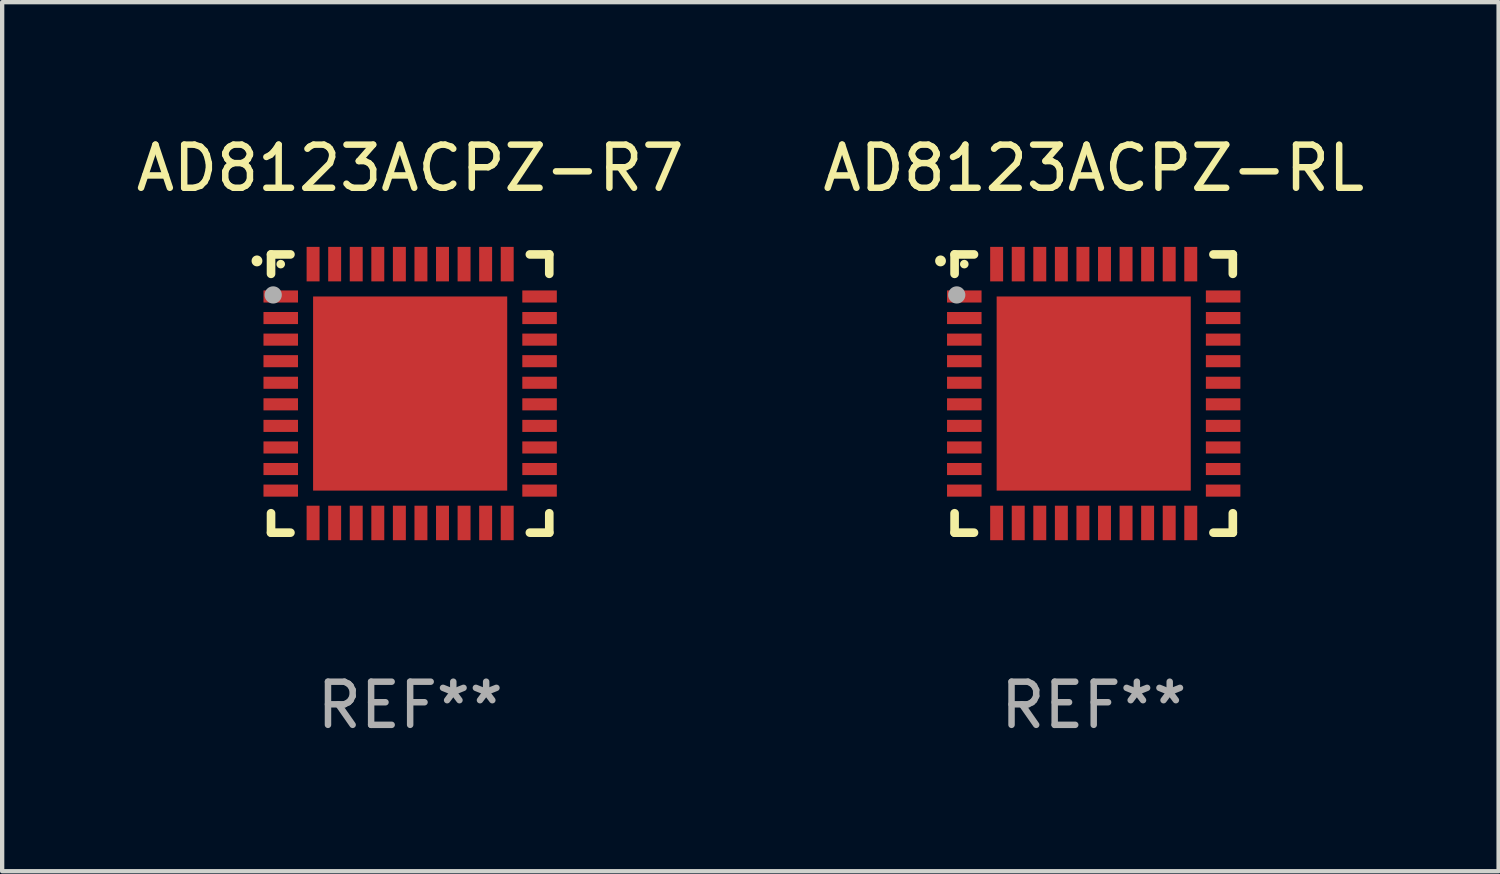
<source format=kicad_pcb>
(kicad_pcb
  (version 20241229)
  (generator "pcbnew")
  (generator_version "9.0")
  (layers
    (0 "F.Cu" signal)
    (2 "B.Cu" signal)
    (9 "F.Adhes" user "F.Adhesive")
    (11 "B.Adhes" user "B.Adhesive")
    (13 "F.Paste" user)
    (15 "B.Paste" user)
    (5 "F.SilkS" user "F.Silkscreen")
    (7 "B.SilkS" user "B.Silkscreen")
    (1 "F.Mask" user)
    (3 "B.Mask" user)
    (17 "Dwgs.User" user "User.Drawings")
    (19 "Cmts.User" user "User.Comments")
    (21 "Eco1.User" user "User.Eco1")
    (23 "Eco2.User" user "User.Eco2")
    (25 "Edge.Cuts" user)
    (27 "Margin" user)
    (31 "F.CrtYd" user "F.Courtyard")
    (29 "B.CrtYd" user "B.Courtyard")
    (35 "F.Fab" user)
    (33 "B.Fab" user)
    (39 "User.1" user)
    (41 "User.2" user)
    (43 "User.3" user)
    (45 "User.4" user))
  (footprint "AD8123ACPZ-R7"
    (layer "F.Cu")
    (at 6.458 6.073)
    (property "Reference" "AD8123ACPZ-R7" (at 0 -5.225 0) (layer "F.SilkS") (effects (font (size 1 1) (thickness 0.15))))
    (attr through_hole)
    (fp_line (start -3.225 -3.225) (end -2.775 -3.225) (stroke (width 0.2) (type solid)) (layer "F.SilkS"))
    (fp_line (start -3.225 -2.775) (end -3.225 -3.225) (stroke (width 0.2) (type solid)) (layer "F.SilkS"))
    (fp_line (start -3.225 2.775) (end -3.225 3.225) (stroke (width 0.2) (type solid)) (layer "F.SilkS"))
    (fp_line (start -3.225 3.225) (end -2.775 3.225) (stroke (width 0.2) (type solid)) (layer "F.SilkS"))
    (fp_line (start 2.775 -3.225) (end 3.225 -3.225) (stroke (width 0.2) (type solid)) (layer "F.SilkS"))
    (fp_line (start 2.775 3.225) (end 3.225 3.225) (stroke (width 0.2) (type solid)) (layer "F.SilkS"))
    (fp_line (start 3.225 -3.225) (end 3.225 -2.775) (stroke (width 0.2) (type solid)) (layer "F.SilkS"))
    (fp_line (start 3.225 3.225) (end 3.225 2.775) (stroke (width 0.2) (type solid)) (layer "F.SilkS"))
    (fp_arc (start -3.55094 -3.073406) (mid -3.550946 -3.074676) (end -3.55094 -3.075946) (stroke (width 0.25) (type solid)) (layer "F.SilkS"))
    (fp_circle (center -3 -3) (end -2.95 -3) (stroke (width 0.1) (type solid)) (fill no) (layer "F.SilkS"))
    (fp_circle (center -3.175 -2.286) (end -3.075 -2.286) (stroke (width 0.2) (type solid)) (fill no) (layer "F.Fab"))
    (fp_text user "REF**" (at 0 7.225 0) (layer "F.Fab") (effects (font (size 1 1) (thickness 0.15))))
    (pad "1" smd rect (at -3 -2.25) (size 0.8 0.28) (layers "F.Cu" "F.Mask" "F.Paste"))
    (pad "2" smd rect (at -3 -1.75) (size 0.8 0.28) (layers "F.Cu" "F.Mask" "F.Paste"))
    (pad "3" smd rect (at -3 -1.25) (size 0.8 0.28) (layers "F.Cu" "F.Mask" "F.Paste"))
    (pad "4" smd rect (at -3 -0.75) (size 0.8 0.28) (layers "F.Cu" "F.Mask" "F.Paste"))
    (pad "5" smd rect (at -3 -0.25) (size 0.8 0.28) (layers "F.Cu" "F.Mask" "F.Paste"))
    (pad "6" smd rect (at -3 0.25) (size 0.8 0.28) (layers "F.Cu" "F.Mask" "F.Paste"))
    (pad "7" smd rect (at -3 0.75) (size 0.8 0.28) (layers "F.Cu" "F.Mask" "F.Paste"))
    (pad "8" smd rect (at -3 1.25) (size 0.8 0.28) (layers "F.Cu" "F.Mask" "F.Paste"))
    (pad "9" smd rect (at -3 1.75) (size 0.8 0.28) (layers "F.Cu" "F.Mask" "F.Paste"))
    (pad "10" smd rect (at -3 2.25) (size 0.8 0.28) (layers "F.Cu" "F.Mask" "F.Paste"))
    (pad "11" smd rect (at -2.25 3) (size 0.3 0.8) (layers "F.Cu" "F.Mask" "F.Paste"))
    (pad "12" smd rect (at -1.75 3) (size 0.3 0.8) (layers "F.Cu" "F.Mask" "F.Paste"))
    (pad "13" smd rect (at -1.25 3) (size 0.3 0.8) (layers "F.Cu" "F.Mask" "F.Paste"))
    (pad "14" smd rect (at -0.75 3) (size 0.3 0.8) (layers "F.Cu" "F.Mask" "F.Paste"))
    (pad "15" smd rect (at -0.25 3) (size 0.3 0.8) (layers "F.Cu" "F.Mask" "F.Paste"))
    (pad "16" smd rect (at 0.25 3) (size 0.3 0.8) (layers "F.Cu" "F.Mask" "F.Paste"))
    (pad "17" smd rect (at 0.75 3) (size 0.3 0.8) (layers "F.Cu" "F.Mask" "F.Paste"))
    (pad "18" smd rect (at 1.25 3) (size 0.3 0.8) (layers "F.Cu" "F.Mask" "F.Paste"))
    (pad "19" smd rect (at 1.75 3) (size 0.3 0.8) (layers "F.Cu" "F.Mask" "F.Paste"))
    (pad "20" smd rect (at 2.25 3) (size 0.3 0.8) (layers "F.Cu" "F.Mask" "F.Paste"))
    (pad "21" smd rect (at 3 2.25) (size 0.8 0.28) (layers "F.Cu" "F.Mask" "F.Paste"))
    (pad "22" smd rect (at 3 1.75) (size 0.8 0.28) (layers "F.Cu" "F.Mask" "F.Paste"))
    (pad "23" smd rect (at 3 1.25) (size 0.8 0.28) (layers "F.Cu" "F.Mask" "F.Paste"))
    (pad "24" smd rect (at 3 0.75) (size 0.8 0.28) (layers "F.Cu" "F.Mask" "F.Paste"))
    (pad "25" smd rect (at 3 0.25) (size 0.8 0.28) (layers "F.Cu" "F.Mask" "F.Paste"))
    (pad "26" smd rect (at 3 -0.25) (size 0.8 0.28) (layers "F.Cu" "F.Mask" "F.Paste"))
    (pad "27" smd rect (at 3 -0.75) (size 0.8 0.28) (layers "F.Cu" "F.Mask" "F.Paste"))
    (pad "28" smd rect (at 3 -1.25) (size 0.8 0.28) (layers "F.Cu" "F.Mask" "F.Paste"))
    (pad "29" smd rect (at 3 -1.75) (size 0.8 0.28) (layers "F.Cu" "F.Mask" "F.Paste"))
    (pad "30" smd rect (at 3 -2.25) (size 0.8 0.28) (layers "F.Cu" "F.Mask" "F.Paste"))
    (pad "31" smd rect (at 2.25 -3) (size 0.3 0.8) (layers "F.Cu" "F.Mask" "F.Paste"))
    (pad "32" smd rect (at 1.75 -3) (size 0.3 0.8) (layers "F.Cu" "F.Mask" "F.Paste"))
    (pad "33" smd rect (at 1.25 -3) (size 0.3 0.8) (layers "F.Cu" "F.Mask" "F.Paste"))
    (pad "34" smd rect (at 0.75 -3) (size 0.3 0.8) (layers "F.Cu" "F.Mask" "F.Paste"))
    (pad "35" smd rect (at 0.25 -3) (size 0.3 0.8) (layers "F.Cu" "F.Mask" "F.Paste"))
    (pad "36" smd rect (at -0.25 -3) (size 0.3 0.8) (layers "F.Cu" "F.Mask" "F.Paste"))
    (pad "37" smd rect (at -0.75 -3) (size 0.3 0.8) (layers "F.Cu" "F.Mask" "F.Paste"))
    (pad "38" smd rect (at -1.25 -3) (size 0.3 0.8) (layers "F.Cu" "F.Mask" "F.Paste"))
    (pad "39" smd rect (at -1.75 -3) (size 0.3 0.8) (layers "F.Cu" "F.Mask" "F.Paste"))
    (pad "40" smd rect (at -2.25 -3) (size 0.3 0.8) (layers "F.Cu" "F.Mask" "F.Paste"))
    (pad "41" smd rect (at -0.000013 0) (size 4.5 4.5) (layers "F.Cu" "F.Mask" "F.Paste")))
  (footprint "AD8123ACPZ-RL"
    (layer "F.Cu")
    (at 22.304 6.073)
    (property "Reference" "AD8123ACPZ-RL" (at 0 -5.225 0) (layer "F.SilkS") (effects (font (size 1 1) (thickness 0.15))))
    (attr through_hole)
    (fp_line (start -3.225 -3.225) (end -2.775 -3.225) (stroke (width 0.2) (type solid)) (layer "F.SilkS"))
    (fp_line (start -3.225 -2.775) (end -3.225 -3.225) (stroke (width 0.2) (type solid)) (layer "F.SilkS"))
    (fp_line (start -3.225 2.775) (end -3.225 3.225) (stroke (width 0.2) (type solid)) (layer "F.SilkS"))
    (fp_line (start -3.225 3.225) (end -2.775 3.225) (stroke (width 0.2) (type solid)) (layer "F.SilkS"))
    (fp_line (start 2.775 -3.225) (end 3.225 -3.225) (stroke (width 0.2) (type solid)) (layer "F.SilkS"))
    (fp_line (start 2.775 3.225) (end 3.225 3.225) (stroke (width 0.2) (type solid)) (layer "F.SilkS"))
    (fp_line (start 3.225 -3.225) (end 3.225 -2.775) (stroke (width 0.2) (type solid)) (layer "F.SilkS"))
    (fp_line (start 3.225 3.225) (end 3.225 2.775) (stroke (width 0.2) (type solid)) (layer "F.SilkS"))
    (fp_arc (start -3.55094 -3.073406) (mid -3.550946 -3.074676) (end -3.55094 -3.075946) (stroke (width 0.25) (type solid)) (layer "F.SilkS"))
    (fp_circle (center -3 -3) (end -2.95 -3) (stroke (width 0.1) (type solid)) (fill no) (layer "F.SilkS"))
    (fp_circle (center -3.175 -2.286) (end -3.075 -2.286) (stroke (width 0.2) (type solid)) (fill no) (layer "F.Fab"))
    (fp_text user "REF**" (at 0 7.225 0) (layer "F.Fab") (effects (font (size 1 1) (thickness 0.15))))
    (pad "1" smd rect (at -3 -2.25) (size 0.8 0.28) (layers "F.Cu" "F.Mask" "F.Paste"))
    (pad "2" smd rect (at -3 -1.75) (size 0.8 0.28) (layers "F.Cu" "F.Mask" "F.Paste"))
    (pad "3" smd rect (at -3 -1.25) (size 0.8 0.28) (layers "F.Cu" "F.Mask" "F.Paste"))
    (pad "4" smd rect (at -3 -0.75) (size 0.8 0.28) (layers "F.Cu" "F.Mask" "F.Paste"))
    (pad "5" smd rect (at -3 -0.25) (size 0.8 0.28) (layers "F.Cu" "F.Mask" "F.Paste"))
    (pad "6" smd rect (at -3 0.25) (size 0.8 0.28) (layers "F.Cu" "F.Mask" "F.Paste"))
    (pad "7" smd rect (at -3 0.75) (size 0.8 0.28) (layers "F.Cu" "F.Mask" "F.Paste"))
    (pad "8" smd rect (at -3 1.25) (size 0.8 0.28) (layers "F.Cu" "F.Mask" "F.Paste"))
    (pad "9" smd rect (at -3 1.75) (size 0.8 0.28) (layers "F.Cu" "F.Mask" "F.Paste"))
    (pad "10" smd rect (at -3 2.25) (size 0.8 0.28) (layers "F.Cu" "F.Mask" "F.Paste"))
    (pad "11" smd rect (at -2.25 3) (size 0.3 0.8) (layers "F.Cu" "F.Mask" "F.Paste"))
    (pad "12" smd rect (at -1.75 3) (size 0.3 0.8) (layers "F.Cu" "F.Mask" "F.Paste"))
    (pad "13" smd rect (at -1.25 3) (size 0.3 0.8) (layers "F.Cu" "F.Mask" "F.Paste"))
    (pad "14" smd rect (at -0.75 3) (size 0.3 0.8) (layers "F.Cu" "F.Mask" "F.Paste"))
    (pad "15" smd rect (at -0.25 3) (size 0.3 0.8) (layers "F.Cu" "F.Mask" "F.Paste"))
    (pad "16" smd rect (at 0.25 3) (size 0.3 0.8) (layers "F.Cu" "F.Mask" "F.Paste"))
    (pad "17" smd rect (at 0.75 3) (size 0.3 0.8) (layers "F.Cu" "F.Mask" "F.Paste"))
    (pad "18" smd rect (at 1.25 3) (size 0.3 0.8) (layers "F.Cu" "F.Mask" "F.Paste"))
    (pad "19" smd rect (at 1.75 3) (size 0.3 0.8) (layers "F.Cu" "F.Mask" "F.Paste"))
    (pad "20" smd rect (at 2.25 3) (size 0.3 0.8) (layers "F.Cu" "F.Mask" "F.Paste"))
    (pad "21" smd rect (at 3 2.25) (size 0.8 0.28) (layers "F.Cu" "F.Mask" "F.Paste"))
    (pad "22" smd rect (at 3 1.75) (size 0.8 0.28) (layers "F.Cu" "F.Mask" "F.Paste"))
    (pad "23" smd rect (at 3 1.25) (size 0.8 0.28) (layers "F.Cu" "F.Mask" "F.Paste"))
    (pad "24" smd rect (at 3 0.75) (size 0.8 0.28) (layers "F.Cu" "F.Mask" "F.Paste"))
    (pad "25" smd rect (at 3 0.25) (size 0.8 0.28) (layers "F.Cu" "F.Mask" "F.Paste"))
    (pad "26" smd rect (at 3 -0.25) (size 0.8 0.28) (layers "F.Cu" "F.Mask" "F.Paste"))
    (pad "27" smd rect (at 3 -0.75) (size 0.8 0.28) (layers "F.Cu" "F.Mask" "F.Paste"))
    (pad "28" smd rect (at 3 -1.25) (size 0.8 0.28) (layers "F.Cu" "F.Mask" "F.Paste"))
    (pad "29" smd rect (at 3 -1.75) (size 0.8 0.28) (layers "F.Cu" "F.Mask" "F.Paste"))
    (pad "30" smd rect (at 3 -2.25) (size 0.8 0.28) (layers "F.Cu" "F.Mask" "F.Paste"))
    (pad "31" smd rect (at 2.25 -3) (size 0.3 0.8) (layers "F.Cu" "F.Mask" "F.Paste"))
    (pad "32" smd rect (at 1.75 -3) (size 0.3 0.8) (layers "F.Cu" "F.Mask" "F.Paste"))
    (pad "33" smd rect (at 1.25 -3) (size 0.3 0.8) (layers "F.Cu" "F.Mask" "F.Paste"))
    (pad "34" smd rect (at 0.75 -3) (size 0.3 0.8) (layers "F.Cu" "F.Mask" "F.Paste"))
    (pad "35" smd rect (at 0.25 -3) (size 0.3 0.8) (layers "F.Cu" "F.Mask" "F.Paste"))
    (pad "36" smd rect (at -0.25 -3) (size 0.3 0.8) (layers "F.Cu" "F.Mask" "F.Paste"))
    (pad "37" smd rect (at -0.75 -3) (size 0.3 0.8) (layers "F.Cu" "F.Mask" "F.Paste"))
    (pad "38" smd rect (at -1.25 -3) (size 0.3 0.8) (layers "F.Cu" "F.Mask" "F.Paste"))
    (pad "39" smd rect (at -1.75 -3) (size 0.3 0.8) (layers "F.Cu" "F.Mask" "F.Paste"))
    (pad "40" smd rect (at -2.25 -3) (size 0.3 0.8) (layers "F.Cu" "F.Mask" "F.Paste"))
    (pad "41" smd rect (at -0.000013 0) (size 4.5 4.5) (layers "F.Cu" "F.Mask" "F.Paste")))
  (gr_rect
    (start -3 -3)
    (end 31.69 17.147)
    (stroke (width 0.1) (type default))
    (fill no)
    (layer "Edge.Cuts")))
</source>
